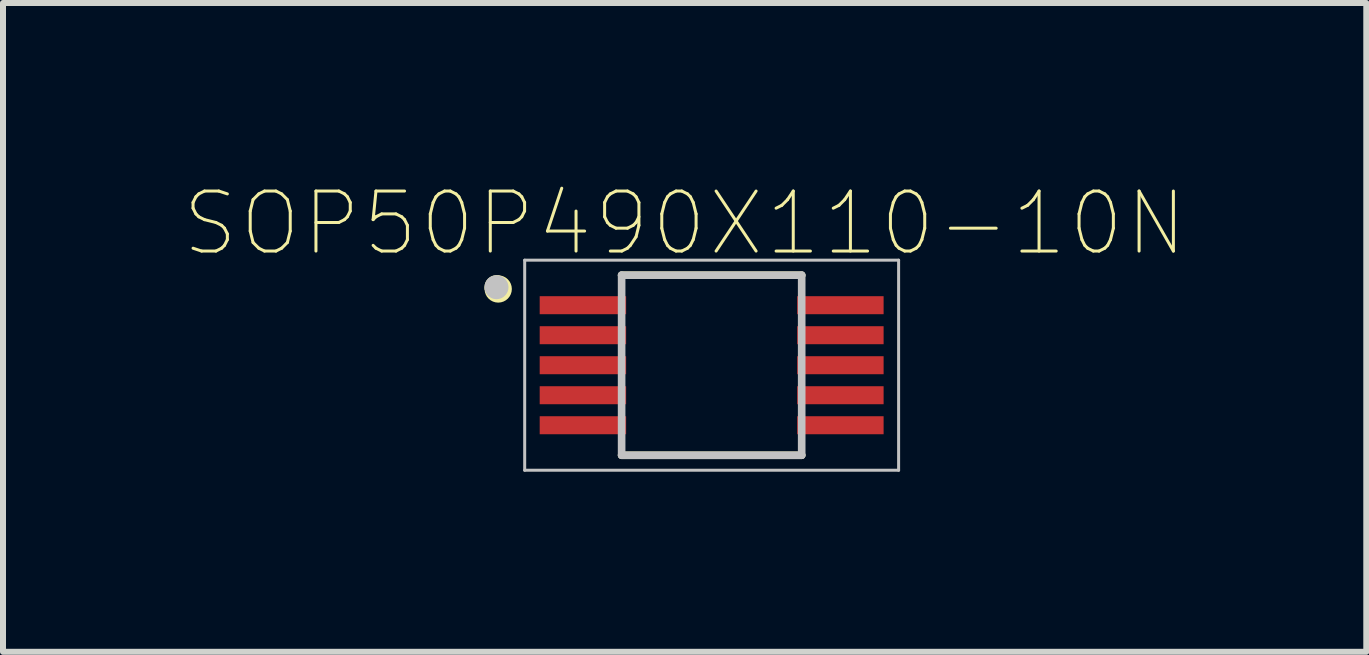
<source format=kicad_pcb>
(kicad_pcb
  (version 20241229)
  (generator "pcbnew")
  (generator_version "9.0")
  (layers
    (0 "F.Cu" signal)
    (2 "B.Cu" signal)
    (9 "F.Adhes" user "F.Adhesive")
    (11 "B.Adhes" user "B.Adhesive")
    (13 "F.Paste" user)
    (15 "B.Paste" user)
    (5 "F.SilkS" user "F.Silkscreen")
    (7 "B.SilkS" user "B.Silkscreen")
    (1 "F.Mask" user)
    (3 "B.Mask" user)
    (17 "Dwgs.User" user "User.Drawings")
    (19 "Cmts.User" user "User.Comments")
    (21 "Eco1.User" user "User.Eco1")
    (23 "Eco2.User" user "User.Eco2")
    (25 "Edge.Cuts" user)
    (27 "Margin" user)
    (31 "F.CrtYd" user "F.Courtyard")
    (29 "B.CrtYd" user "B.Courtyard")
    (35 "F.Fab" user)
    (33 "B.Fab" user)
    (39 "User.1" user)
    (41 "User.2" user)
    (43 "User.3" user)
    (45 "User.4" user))
  (footprint "SOP50P490X110-10N"
    (layer "F.Cu")
    (at 8.807 3.035)
    (property "Reference" "SOP50P490X110-10N" (at -0.45 -2.362 0) (layer "F.SilkS") (effects (font (size 1 1) (thickness 0.05))))
    (attr smd)
    (fp_line (start -1.5 -1.5) (end 1.5 -1.5) (stroke (width 0.127) (type solid)) (layer "F.SilkS"))
    (fp_line (start -1.5 1.5) (end 1.5 1.5) (stroke (width 0.127) (type solid)) (layer "F.SilkS"))
    (fp_circle (center -3.585 -1.3) (end -3.385 -1.3) (stroke (width 0) (type solid)) (fill yes) (layer "F.SilkS"))
    (fp_circle (center -3.556 -1.27) (end -3.429 -1.27) (stroke (width 0.2) (type solid)) (fill no) (layer "F.SilkS"))
    (fp_line (start -3.115 -1.75) (end -3.115 1.75) (stroke (width 0.05) (type solid)) (layer "Dwgs.User"))
    (fp_line (start -3.115 -1.75) (end 3.115 -1.75) (stroke (width 0.05) (type solid)) (layer "Dwgs.User"))
    (fp_line (start -3.115 1.75) (end 3.115 1.75) (stroke (width 0.05) (type solid)) (layer "Dwgs.User"))
    (fp_line (start -1.5 -1.5) (end -1.5 1.5) (stroke (width 0.127) (type solid)) (layer "Dwgs.User"))
    (fp_line (start -1.5 -1.5) (end 1.5 -1.5) (stroke (width 0.127) (type solid)) (layer "Dwgs.User"))
    (fp_line (start -1.5 1.5) (end 1.5 1.5) (stroke (width 0.127) (type solid)) (layer "Dwgs.User"))
    (fp_line (start 1.5 -1.5) (end 1.5 1.5) (stroke (width 0.127) (type solid)) (layer "Dwgs.User"))
    (fp_line (start 3.115 -1.75) (end 3.115 1.75) (stroke (width 0.05) (type solid)) (layer "Dwgs.User"))
    (fp_circle (center -3.585 -1.3) (end -3.385 -1.3) (stroke (width 0) (type solid)) (fill yes) (layer "Dwgs.User"))
    (pad "1" smd rect (at -2.145 -1) (size 1.44 0.3) (layers "F.Cu" "F.Mask" "F.Paste"))
    (pad "2" smd rect (at -2.145 -0.5) (size 1.44 0.3) (layers "F.Cu" "F.Mask" "F.Paste"))
    (pad "3" smd rect (at -2.145 0) (size 1.44 0.3) (layers "F.Cu" "F.Mask" "F.Paste"))
    (pad "4" smd rect (at -2.145 0.5) (size 1.44 0.3) (layers "F.Cu" "F.Mask" "F.Paste"))
    (pad "5" smd rect (at -2.145 1) (size 1.44 0.3) (layers "F.Cu" "F.Mask" "F.Paste"))
    (pad "6" smd rect (at 2.145 1) (size 1.44 0.3) (layers "F.Cu" "F.Mask" "F.Paste"))
    (pad "7" smd rect (at 2.145 0.5) (size 1.44 0.3) (layers "F.Cu" "F.Mask" "F.Paste"))
    (pad "8" smd rect (at 2.145 0) (size 1.44 0.3) (layers "F.Cu" "F.Mask" "F.Paste"))
    (pad "9" smd rect (at 2.145 -0.5) (size 1.44 0.3) (layers "F.Cu" "F.Mask" "F.Paste"))
    (pad "10" smd rect (at 2.145 -1) (size 1.44 0.3) (layers "F.Cu" "F.Mask" "F.Paste")))
  (gr_rect
    (start -3 -3)
    (end 19.714 7.81)
    (stroke (width 0.1) (type default))
    (fill no)
    (layer "Edge.Cuts")))
</source>
